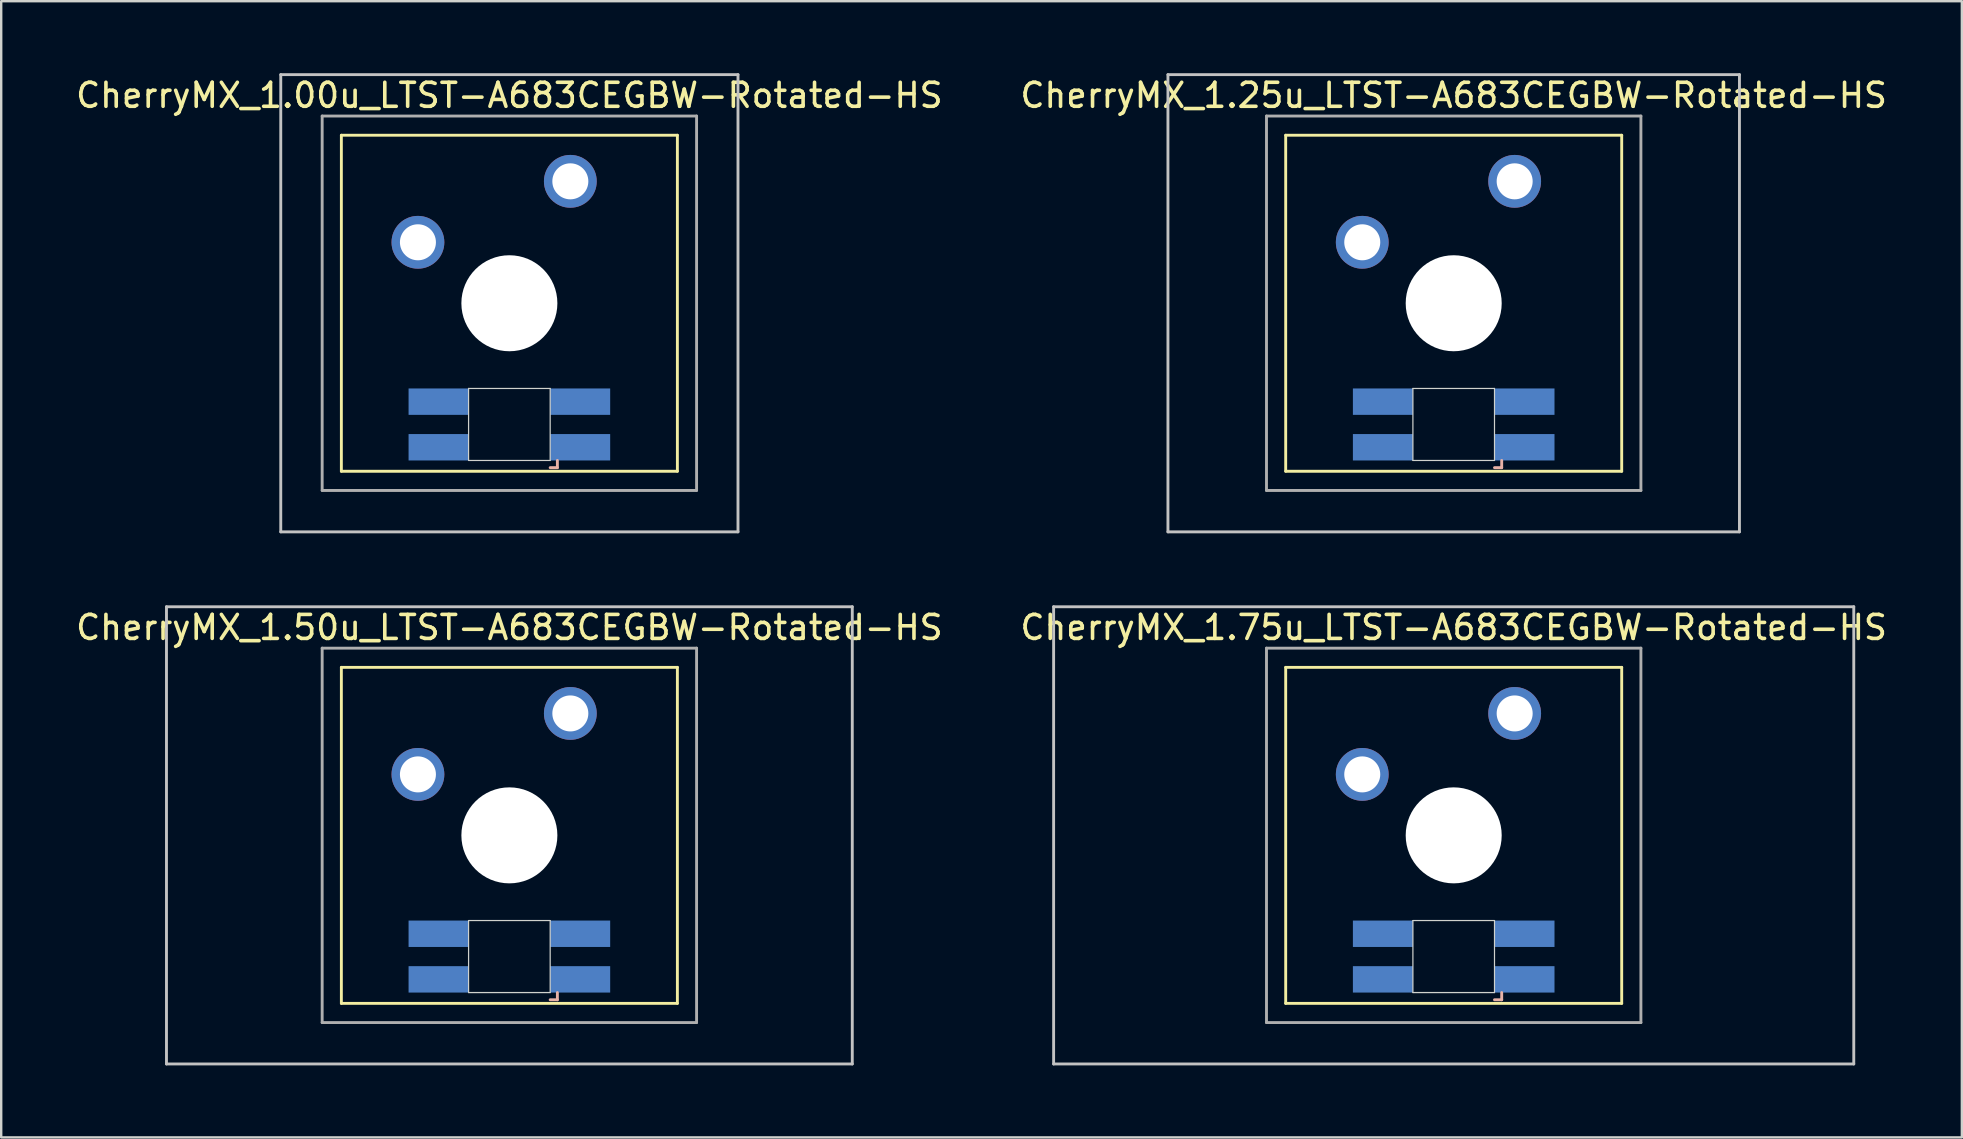
<source format=kicad_pcb>
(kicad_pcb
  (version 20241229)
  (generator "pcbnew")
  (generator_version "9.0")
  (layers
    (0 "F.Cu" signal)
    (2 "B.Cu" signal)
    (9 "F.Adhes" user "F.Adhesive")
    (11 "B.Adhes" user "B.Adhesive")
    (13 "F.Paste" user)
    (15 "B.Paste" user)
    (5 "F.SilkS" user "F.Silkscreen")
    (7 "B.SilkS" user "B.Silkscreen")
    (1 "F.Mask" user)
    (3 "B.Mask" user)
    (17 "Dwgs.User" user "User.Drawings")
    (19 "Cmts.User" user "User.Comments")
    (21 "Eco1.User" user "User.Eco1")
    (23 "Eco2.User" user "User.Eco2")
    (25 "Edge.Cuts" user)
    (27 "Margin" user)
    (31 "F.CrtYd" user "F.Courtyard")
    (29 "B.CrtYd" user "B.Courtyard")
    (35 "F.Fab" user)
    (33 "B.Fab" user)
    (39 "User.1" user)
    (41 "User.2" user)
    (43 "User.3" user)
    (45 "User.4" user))
  (footprint "CherryMX_1.50u_LTST-A683CEGBW-Rotated-HS"
    (layer "F.Cu")
    (at 18.173 31.755)
    (property "Reference" "CherryMX_1.50u_LTST-A683CEGBW-Rotated-HS" (at 0 -8.662 0) (layer "F.SilkS") (effects (font (size 1 1) (thickness 0.15))))
    (attr through_hole)
    (fp_line (start -7 -7) (end -7 7) (stroke (width 0.12) (type solid)) (layer "F.SilkS"))
    (fp_line (start -7 -7) (end 7 -7) (stroke (width 0.12) (type solid)) (layer "F.SilkS"))
    (fp_line (start 7 -7) (end 7 7) (stroke (width 0.12) (type solid)) (layer "F.SilkS"))
    (fp_line (start 7 7) (end -7 7) (stroke (width 0.12) (type solid)) (layer "F.SilkS"))
    (fp_line (start 1.7 6.85) (end 2 6.85) (stroke (width 0.12) (type solid)) (layer "B.SilkS"))
    (fp_line (start 2 6.85) (end 2 6.55) (stroke (width 0.12) (type solid)) (layer "B.SilkS"))
    (fp_line (start -14.287 -9.525) (end 14.287 -9.525) (stroke (width 0.12) (type solid)) (layer "Dwgs.User"))
    (fp_line (start -14.287 9.525) (end -14.287 -9.525) (stroke (width 0.12) (type solid)) (layer "Dwgs.User"))
    (fp_line (start 14.287 -9.525) (end 14.287 9.525) (stroke (width 0.12) (type solid)) (layer "Dwgs.User"))
    (fp_line (start 14.287 9.525) (end -14.287 9.525) (stroke (width 0.12) (type solid)) (layer "Dwgs.User"))
    (fp_line (start -1.7 3.55) (end 1.7 3.55) (stroke (width 0.05) (type solid)) (layer "Edge.Cuts"))
    (fp_line (start -1.7 6.55) (end -1.7 3.55) (stroke (width 0.05) (type solid)) (layer "Edge.Cuts"))
    (fp_line (start 1.7 3.55) (end 1.7 6.55) (stroke (width 0.05) (type solid)) (layer "Edge.Cuts"))
    (fp_line (start 1.7 6.55) (end -1.7 6.55) (stroke (width 0.05) (type solid)) (layer "Edge.Cuts"))
    (fp_line (start -7.8 -7.8) (end -7.8 7.8) (stroke (width 0.12) (type solid)) (layer "F.Fab"))
    (fp_line (start -7.8 -7.8) (end 7.8 -7.8) (stroke (width 0.12) (type solid)) (layer "F.Fab"))
    (fp_line (start -7.8 7.8) (end 7.8 7.8) (stroke (width 0.12) (type solid)) (layer "F.Fab"))
    (fp_line (start 7.8 -7.8) (end 7.8 7.8) (stroke (width 0.12) (type solid)) (layer "F.Fab"))
    (pad "" np_thru_hole circle (at 0 0) (size 4 4) (drill 4) (layers "*.Cu" "*.Mask"))
    (pad "1" thru_hole circle (at -3.81 -2.54) (size 2.2 2.2) (drill 1.5) (layers "*.Cu" "*.Mask"))
    (pad "2" thru_hole circle (at 2.54 -5.08) (size 2.2 2.2) (drill 1.5) (layers "*.Cu" "*.Mask"))
    (pad "3" smd rect (at 2.95 6) (size 2.5 1.1) (layers "B.Cu" "B.Mask" "B.Paste"))
    (pad "4" smd rect (at 2.95 4.1) (size 2.5 1.1) (layers "B.Cu" "B.Mask" "B.Paste"))
    (pad "5" smd rect (at -2.95 6) (size 2.5 1.1) (layers "B.Cu" "B.Mask" "B.Paste"))
    (pad "6" smd rect (at -2.95 4.1) (size 2.5 1.1) (layers "B.Cu" "B.Mask" "B.Paste")))
  (footprint "CherryMX_1.25u_LTST-A683CEGBW-Rotated-HS"
    (layer "F.Cu")
    (at 57.518 9.585)
    (property "Reference" "CherryMX_1.25u_LTST-A683CEGBW-Rotated-HS" (at 0 -8.662 0) (layer "F.SilkS") (effects (font (size 1 1) (thickness 0.15))))
    (attr through_hole)
    (fp_line (start -7 -7) (end -7 7) (stroke (width 0.12) (type solid)) (layer "F.SilkS"))
    (fp_line (start -7 -7) (end 7 -7) (stroke (width 0.12) (type solid)) (layer "F.SilkS"))
    (fp_line (start 7 -7) (end 7 7) (stroke (width 0.12) (type solid)) (layer "F.SilkS"))
    (fp_line (start 7 7) (end -7 7) (stroke (width 0.12) (type solid)) (layer "F.SilkS"))
    (fp_line (start 1.7 6.85) (end 2 6.85) (stroke (width 0.12) (type solid)) (layer "B.SilkS"))
    (fp_line (start 2 6.85) (end 2 6.55) (stroke (width 0.12) (type solid)) (layer "B.SilkS"))
    (fp_line (start -11.906 -9.525) (end 11.906 -9.525) (stroke (width 0.12) (type solid)) (layer "Dwgs.User"))
    (fp_line (start -11.906 9.525) (end -11.906 -9.525) (stroke (width 0.12) (type solid)) (layer "Dwgs.User"))
    (fp_line (start 11.906 -9.525) (end 11.906 9.525) (stroke (width 0.12) (type solid)) (layer "Dwgs.User"))
    (fp_line (start 11.906 9.525) (end -11.906 9.525) (stroke (width 0.12) (type solid)) (layer "Dwgs.User"))
    (fp_line (start -1.7 3.55) (end 1.7 3.55) (stroke (width 0.05) (type solid)) (layer "Edge.Cuts"))
    (fp_line (start -1.7 6.55) (end -1.7 3.55) (stroke (width 0.05) (type solid)) (layer "Edge.Cuts"))
    (fp_line (start 1.7 3.55) (end 1.7 6.55) (stroke (width 0.05) (type solid)) (layer "Edge.Cuts"))
    (fp_line (start 1.7 6.55) (end -1.7 6.55) (stroke (width 0.05) (type solid)) (layer "Edge.Cuts"))
    (fp_line (start -7.8 -7.8) (end -7.8 7.8) (stroke (width 0.12) (type solid)) (layer "F.Fab"))
    (fp_line (start -7.8 -7.8) (end 7.8 -7.8) (stroke (width 0.12) (type solid)) (layer "F.Fab"))
    (fp_line (start -7.8 7.8) (end 7.8 7.8) (stroke (width 0.12) (type solid)) (layer "F.Fab"))
    (fp_line (start 7.8 -7.8) (end 7.8 7.8) (stroke (width 0.12) (type solid)) (layer "F.Fab"))
    (pad "" np_thru_hole circle (at 0 0) (size 4 4) (drill 4) (layers "*.Cu" "*.Mask"))
    (pad "1" thru_hole circle (at -3.81 -2.54) (size 2.2 2.2) (drill 1.5) (layers "*.Cu" "*.Mask"))
    (pad "2" thru_hole circle (at 2.54 -5.08) (size 2.2 2.2) (drill 1.5) (layers "*.Cu" "*.Mask"))
    (pad "3" smd rect (at 2.95 6) (size 2.5 1.1) (layers "B.Cu" "B.Mask" "B.Paste"))
    (pad "4" smd rect (at 2.95 4.1) (size 2.5 1.1) (layers "B.Cu" "B.Mask" "B.Paste"))
    (pad "5" smd rect (at -2.95 6) (size 2.5 1.1) (layers "B.Cu" "B.Mask" "B.Paste"))
    (pad "6" smd rect (at -2.95 4.1) (size 2.5 1.1) (layers "B.Cu" "B.Mask" "B.Paste")))
  (footprint "CherryMX_1.75u_LTST-A683CEGBW-Rotated-HS"
    (layer "F.Cu")
    (at 57.518 31.755)
    (property "Reference" "CherryMX_1.75u_LTST-A683CEGBW-Rotated-HS" (at 0 -8.662 0) (layer "F.SilkS") (effects (font (size 1 1) (thickness 0.15))))
    (attr through_hole)
    (fp_line (start -7 -7) (end -7 7) (stroke (width 0.12) (type solid)) (layer "F.SilkS"))
    (fp_line (start -7 -7) (end 7 -7) (stroke (width 0.12) (type solid)) (layer "F.SilkS"))
    (fp_line (start 7 -7) (end 7 7) (stroke (width 0.12) (type solid)) (layer "F.SilkS"))
    (fp_line (start 7 7) (end -7 7) (stroke (width 0.12) (type solid)) (layer "F.SilkS"))
    (fp_line (start 1.7 6.85) (end 2 6.85) (stroke (width 0.12) (type solid)) (layer "B.SilkS"))
    (fp_line (start 2 6.85) (end 2 6.55) (stroke (width 0.12) (type solid)) (layer "B.SilkS"))
    (fp_line (start -16.669 -9.525) (end 16.669 -9.525) (stroke (width 0.12) (type solid)) (layer "Dwgs.User"))
    (fp_line (start -16.669 9.525) (end -16.669 -9.525) (stroke (width 0.12) (type solid)) (layer "Dwgs.User"))
    (fp_line (start 16.669 -9.525) (end 16.669 9.525) (stroke (width 0.12) (type solid)) (layer "Dwgs.User"))
    (fp_line (start 16.669 9.525) (end -16.669 9.525) (stroke (width 0.12) (type solid)) (layer "Dwgs.User"))
    (fp_line (start -1.7 3.55) (end 1.7 3.55) (stroke (width 0.05) (type solid)) (layer "Edge.Cuts"))
    (fp_line (start -1.7 6.55) (end -1.7 3.55) (stroke (width 0.05) (type solid)) (layer "Edge.Cuts"))
    (fp_line (start 1.7 3.55) (end 1.7 6.55) (stroke (width 0.05) (type solid)) (layer "Edge.Cuts"))
    (fp_line (start 1.7 6.55) (end -1.7 6.55) (stroke (width 0.05) (type solid)) (layer "Edge.Cuts"))
    (fp_line (start -7.8 -7.8) (end -7.8 7.8) (stroke (width 0.12) (type solid)) (layer "F.Fab"))
    (fp_line (start -7.8 -7.8) (end 7.8 -7.8) (stroke (width 0.12) (type solid)) (layer "F.Fab"))
    (fp_line (start -7.8 7.8) (end 7.8 7.8) (stroke (width 0.12) (type solid)) (layer "F.Fab"))
    (fp_line (start 7.8 -7.8) (end 7.8 7.8) (stroke (width 0.12) (type solid)) (layer "F.Fab"))
    (pad "" np_thru_hole circle (at 0 0) (size 4 4) (drill 4) (layers "*.Cu" "*.Mask"))
    (pad "1" thru_hole circle (at -3.81 -2.54) (size 2.2 2.2) (drill 1.5) (layers "*.Cu" "*.Mask"))
    (pad "2" thru_hole circle (at 2.54 -5.08) (size 2.2 2.2) (drill 1.5) (layers "*.Cu" "*.Mask"))
    (pad "3" smd rect (at 2.95 6) (size 2.5 1.1) (layers "B.Cu" "B.Mask" "B.Paste"))
    (pad "4" smd rect (at 2.95 4.1) (size 2.5 1.1) (layers "B.Cu" "B.Mask" "B.Paste"))
    (pad "5" smd rect (at -2.95 6) (size 2.5 1.1) (layers "B.Cu" "B.Mask" "B.Paste"))
    (pad "6" smd rect (at -2.95 4.1) (size 2.5 1.1) (layers "B.Cu" "B.Mask" "B.Paste")))
  (footprint "CherryMX_1.00u_LTST-A683CEGBW-Rotated-HS"
    (layer "F.Cu")
    (at 18.173 9.585)
    (property "Reference" "CherryMX_1.00u_LTST-A683CEGBW-Rotated-HS" (at 0 -8.662 0) (layer "F.SilkS") (effects (font (size 1 1) (thickness 0.15))))
    (attr through_hole)
    (fp_line (start -7 -7) (end -7 7) (stroke (width 0.12) (type solid)) (layer "F.SilkS"))
    (fp_line (start -7 -7) (end 7 -7) (stroke (width 0.12) (type solid)) (layer "F.SilkS"))
    (fp_line (start 7 -7) (end 7 7) (stroke (width 0.12) (type solid)) (layer "F.SilkS"))
    (fp_line (start 7 7) (end -7 7) (stroke (width 0.12) (type solid)) (layer "F.SilkS"))
    (fp_line (start 1.7 6.85) (end 2 6.85) (stroke (width 0.12) (type solid)) (layer "B.SilkS"))
    (fp_line (start 2 6.85) (end 2 6.55) (stroke (width 0.12) (type solid)) (layer "B.SilkS"))
    (fp_line (start -9.525 -9.525) (end 9.525 -9.525) (stroke (width 0.12) (type solid)) (layer "Dwgs.User"))
    (fp_line (start -9.525 9.525) (end -9.525 -9.525) (stroke (width 0.12) (type solid)) (layer "Dwgs.User"))
    (fp_line (start 9.525 -9.525) (end 9.525 9.525) (stroke (width 0.12) (type solid)) (layer "Dwgs.User"))
    (fp_line (start 9.525 9.525) (end -9.525 9.525) (stroke (width 0.12) (type solid)) (layer "Dwgs.User"))
    (fp_line (start -1.7 3.55) (end 1.7 3.55) (stroke (width 0.05) (type solid)) (layer "Edge.Cuts"))
    (fp_line (start -1.7 6.55) (end -1.7 3.55) (stroke (width 0.05) (type solid)) (layer "Edge.Cuts"))
    (fp_line (start 1.7 3.55) (end 1.7 6.55) (stroke (width 0.05) (type solid)) (layer "Edge.Cuts"))
    (fp_line (start 1.7 6.55) (end -1.7 6.55) (stroke (width 0.05) (type solid)) (layer "Edge.Cuts"))
    (fp_line (start -7.8 -7.8) (end -7.8 7.8) (stroke (width 0.12) (type solid)) (layer "F.Fab"))
    (fp_line (start -7.8 -7.8) (end 7.8 -7.8) (stroke (width 0.12) (type solid)) (layer "F.Fab"))
    (fp_line (start -7.8 7.8) (end 7.8 7.8) (stroke (width 0.12) (type solid)) (layer "F.Fab"))
    (fp_line (start 7.8 -7.8) (end 7.8 7.8) (stroke (width 0.12) (type solid)) (layer "F.Fab"))
    (pad "" np_thru_hole circle (at 0 0) (size 4 4) (drill 4) (layers "*.Cu" "*.Mask"))
    (pad "1" thru_hole circle (at -3.81 -2.54) (size 2.2 2.2) (drill 1.5) (layers "*.Cu" "*.Mask"))
    (pad "2" thru_hole circle (at 2.54 -5.08) (size 2.2 2.2) (drill 1.5) (layers "*.Cu" "*.Mask"))
    (pad "3" smd rect (at 2.95 6) (size 2.5 1.1) (layers "B.Cu" "B.Mask" "B.Paste"))
    (pad "4" smd rect (at 2.95 4.1) (size 2.5 1.1) (layers "B.Cu" "B.Mask" "B.Paste"))
    (pad "5" smd rect (at -2.95 6) (size 2.5 1.1) (layers "B.Cu" "B.Mask" "B.Paste"))
    (pad "6" smd rect (at -2.95 4.1) (size 2.5 1.1) (layers "B.Cu" "B.Mask" "B.Paste")))
  (gr_rect
    (start -3 -3)
    (end 78.69 44.34)
    (stroke (width 0.1) (type default))
    (fill no)
    (layer "Edge.Cuts")))
</source>
